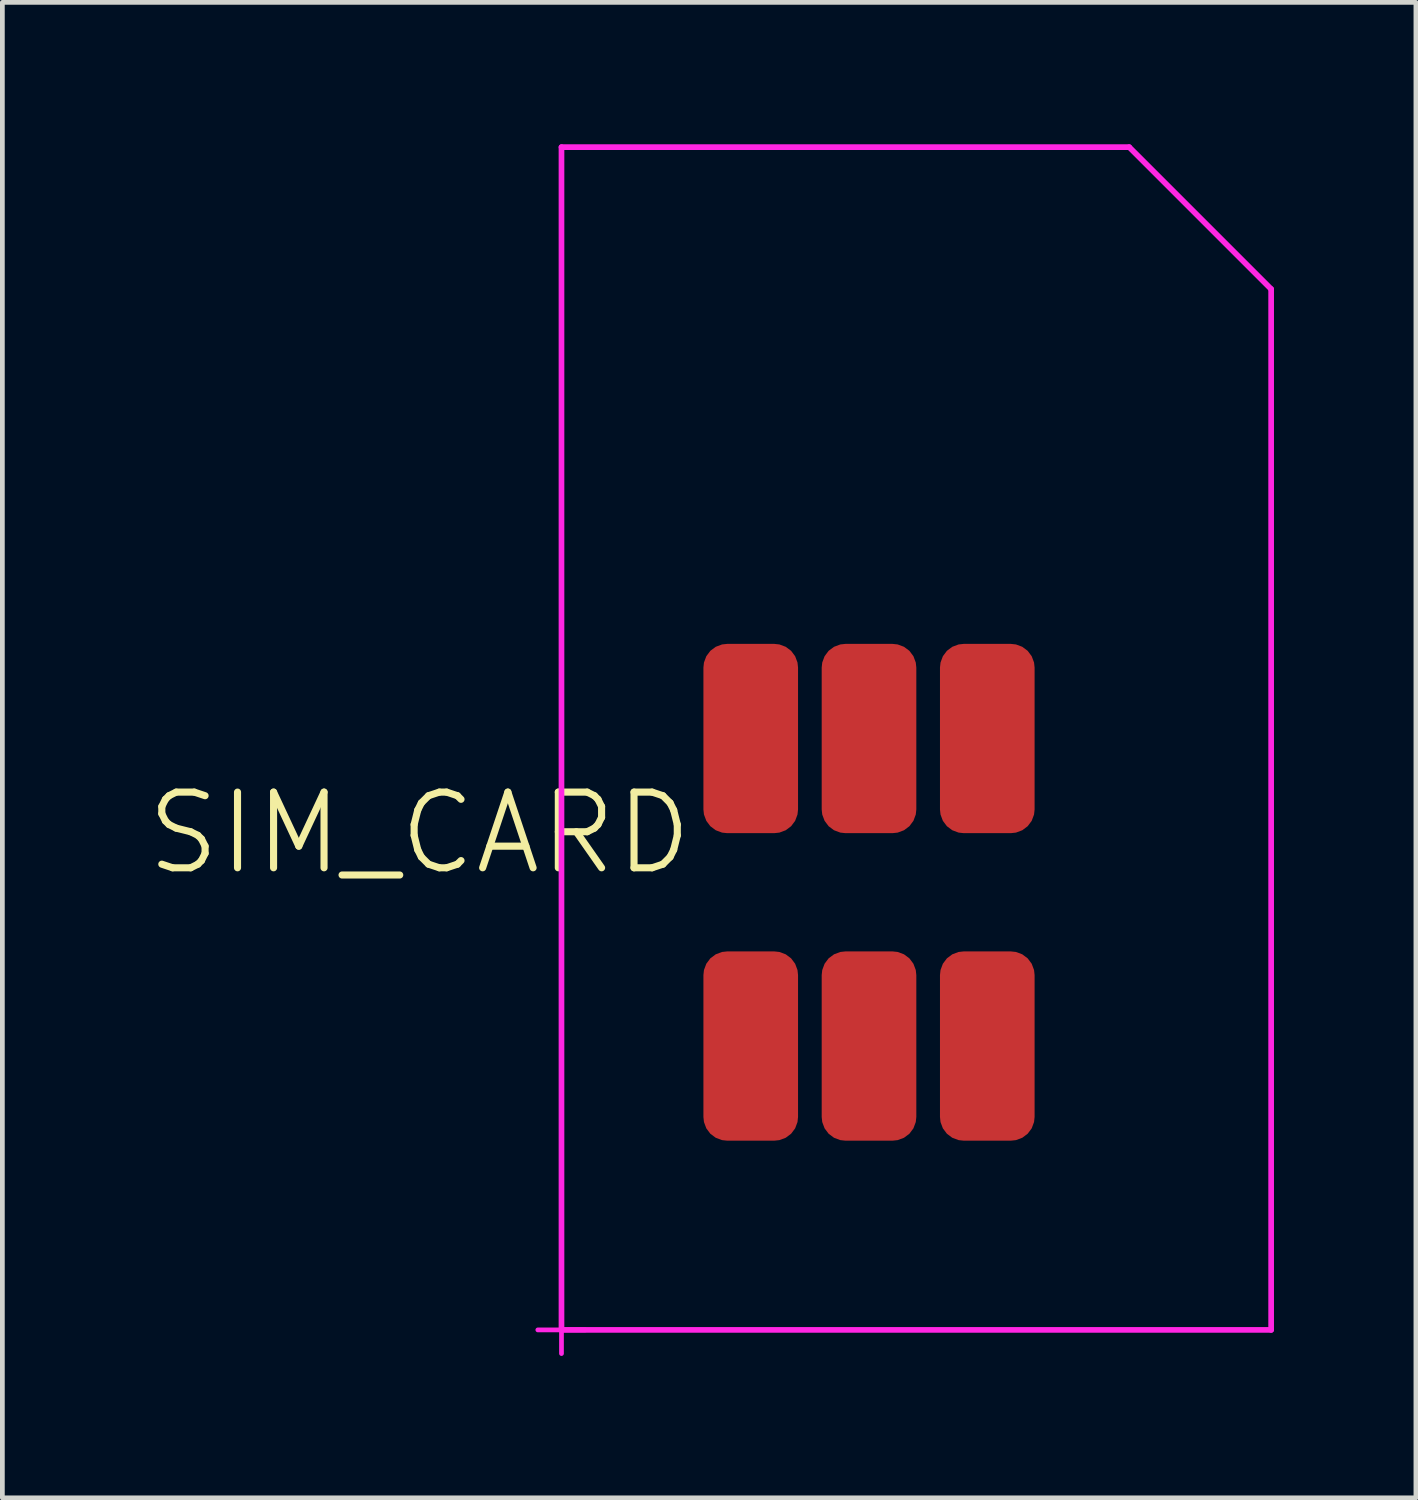
<source format=kicad_pcb>
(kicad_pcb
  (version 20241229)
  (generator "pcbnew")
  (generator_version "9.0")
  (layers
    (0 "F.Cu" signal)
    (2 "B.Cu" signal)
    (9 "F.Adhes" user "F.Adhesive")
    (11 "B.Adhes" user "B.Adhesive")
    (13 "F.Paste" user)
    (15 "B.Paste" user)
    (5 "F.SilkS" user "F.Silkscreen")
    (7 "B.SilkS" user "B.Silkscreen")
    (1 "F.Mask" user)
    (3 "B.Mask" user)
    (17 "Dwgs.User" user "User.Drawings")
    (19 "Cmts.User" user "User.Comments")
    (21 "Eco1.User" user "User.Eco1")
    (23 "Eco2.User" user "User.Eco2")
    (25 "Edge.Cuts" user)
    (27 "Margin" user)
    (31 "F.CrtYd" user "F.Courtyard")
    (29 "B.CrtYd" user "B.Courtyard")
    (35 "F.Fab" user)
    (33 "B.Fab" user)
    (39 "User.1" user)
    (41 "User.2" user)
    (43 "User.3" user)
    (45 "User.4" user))
  (footprint "SIM_CARD"
    (layer "F.Cu")
    (at 8.818 25.06)
    (property "Reference" "SIM_CARD" (at -3 -10.5 0) (layer "F.SilkS") (effects (font (size 1.6 1.6) (thickness 0.15))))
    (attr through_hole)
    (fp_line (start -0.5 0) (end 0.5 0) (stroke (width 0.1) (type solid)) (layer "F.CrtYd"))
    (fp_line (start 0 -25) (end 12 -25) (stroke (width 0.12) (type solid)) (layer "F.CrtYd"))
    (fp_line (start 0 0) (end 0 -25) (stroke (width 0.12) (type solid)) (layer "F.CrtYd"))
    (fp_line (start 0 0.5) (end 0 -0.5) (stroke (width 0.1) (type solid)) (layer "F.CrtYd"))
    (fp_line (start 12 -25) (end 15 -22) (stroke (width 0.12) (type solid)) (layer "F.CrtYd"))
    (fp_line (start 15 -22) (end 15 0) (stroke (width 0.12) (type solid)) (layer "F.CrtYd"))
    (fp_line (start 15 0) (end 0 0) (stroke (width 0.12) (type solid)) (layer "F.CrtYd"))
    (pad "1" connect roundrect (at 4 -6) (size 2 4) (layers "F.Cu" "F.Mask") (roundrect_rratio 0.25))
    (pad "2" connect roundrect (at 6.5 -6) (size 2 4) (layers "F.Cu" "F.Mask") (roundrect_rratio 0.25))
    (pad "3" connect roundrect (at 9 -6) (size 2 4) (layers "F.Cu" "F.Mask") (roundrect_rratio 0.25))
    (pad "5" connect roundrect (at 4 -12.5) (size 2 4) (layers "F.Cu" "F.Mask") (roundrect_rratio 0.25))
    (pad "6" connect roundrect (at 6.5 -12.5) (size 2 4) (layers "F.Cu" "F.Mask") (roundrect_rratio 0.25))
    (pad "7" connect roundrect (at 9 -12.5) (size 2 4) (layers "F.Cu" "F.Mask") (roundrect_rratio 0.25)))
  (gr_rect
    (start -3 -3)
    (end 26.878 28.61)
    (stroke (width 0.1) (type default))
    (fill no)
    (layer "Edge.Cuts")))
</source>
